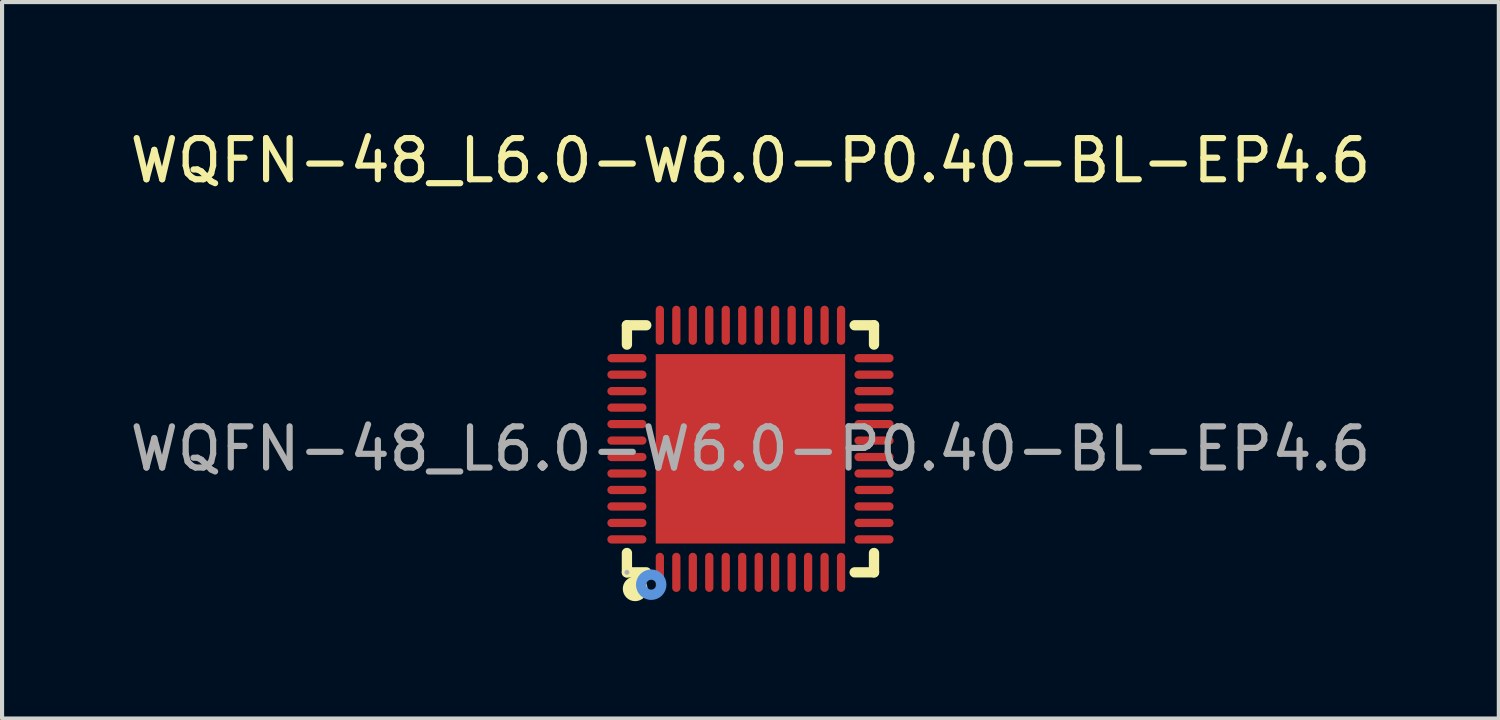
<source format=kicad_pcb>
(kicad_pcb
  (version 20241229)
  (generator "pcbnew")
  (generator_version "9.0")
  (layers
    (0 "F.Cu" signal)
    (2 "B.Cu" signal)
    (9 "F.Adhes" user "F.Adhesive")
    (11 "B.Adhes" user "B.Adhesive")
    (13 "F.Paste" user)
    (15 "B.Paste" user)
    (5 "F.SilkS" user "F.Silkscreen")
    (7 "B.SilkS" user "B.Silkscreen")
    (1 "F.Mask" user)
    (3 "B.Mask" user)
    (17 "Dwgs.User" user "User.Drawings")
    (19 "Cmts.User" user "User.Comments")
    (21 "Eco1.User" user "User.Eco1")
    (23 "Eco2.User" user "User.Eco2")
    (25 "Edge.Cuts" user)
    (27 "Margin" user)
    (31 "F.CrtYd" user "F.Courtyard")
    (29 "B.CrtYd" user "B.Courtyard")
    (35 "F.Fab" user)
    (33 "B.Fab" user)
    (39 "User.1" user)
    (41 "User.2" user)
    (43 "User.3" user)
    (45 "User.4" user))
  (footprint "WQFN-48_L6.0-W6.0-P0.40-BL-EP4.6"
    (layer "F.Cu")
    (at 15.173 7.848)
    (property "Reference" "WQFN-48_L6.0-W6.0-P0.40-BL-EP4.6" (at 0 -7 0) (layer "F.SilkS") (effects (font (size 1 1) (thickness 0.15))))
    (attr smd)
    (fp_line (start -3 -3) (end -2.53 -3) (stroke (width 0.25) (type solid)) (layer "F.SilkS"))
    (fp_line (start -3 -2.53) (end -3 -3) (stroke (width 0.25) (type solid)) (layer "F.SilkS"))
    (fp_line (start -3 3) (end -3 2.53) (stroke (width 0.25) (type solid)) (layer "F.SilkS"))
    (fp_line (start -2.53 3) (end -3 3) (stroke (width 0.25) (type solid)) (layer "F.SilkS"))
    (fp_line (start 2.53 -3) (end 3 -3) (stroke (width 0.25) (type solid)) (layer "F.SilkS"))
    (fp_line (start 3 -3) (end 3 -2.53) (stroke (width 0.25) (type solid)) (layer "F.SilkS"))
    (fp_line (start 3 2.53) (end 3 3) (stroke (width 0.25) (type solid)) (layer "F.SilkS"))
    (fp_line (start 3 3) (end 2.53 3) (stroke (width 0.25) (type solid)) (layer "F.SilkS"))
    (fp_arc (start -2.8 3.4) (mid -2.8 3.4) (end -2.8 3.4) (stroke (width 0.3) (type solid)) (layer "F.SilkS"))
    (fp_circle (center -2.41 3.3) (end -2.29 3.3) (stroke (width 0.25) (type solid)) (fill no) (layer "Cmts.User"))
    (fp_circle (center -3 3) (end -2.97 3) (stroke (width 0.06) (type solid)) (fill no) (layer "F.Fab"))
    (fp_text user "${REFERENCE}" (at 0 0 0) (layer "F.Fab") (effects (font (size 1 1) (thickness 0.15))))
    (pad "1" smd oval (at -2.2 3) (size 0.2 0.95) (layers "F.Cu" "F.Mask" "F.Paste"))
    (pad "2" smd oval (at -1.8 3) (size 0.2 0.95) (layers "F.Cu" "F.Mask" "F.Paste"))
    (pad "3" smd oval (at -1.4 3) (size 0.2 0.95) (layers "F.Cu" "F.Mask" "F.Paste"))
    (pad "4" smd oval (at -1 3) (size 0.2 0.95) (layers "F.Cu" "F.Mask" "F.Paste"))
    (pad "5" smd oval (at -0.6 3) (size 0.2 0.95) (layers "F.Cu" "F.Mask" "F.Paste"))
    (pad "6" smd oval (at -0.2 3) (size 0.2 0.95) (layers "F.Cu" "F.Mask" "F.Paste"))
    (pad "7" smd oval (at 0.2 3) (size 0.2 0.95) (layers "F.Cu" "F.Mask" "F.Paste"))
    (pad "8" smd oval (at 0.6 3) (size 0.2 0.95) (layers "F.Cu" "F.Mask" "F.Paste"))
    (pad "9" smd oval (at 1 3) (size 0.2 0.95) (layers "F.Cu" "F.Mask" "F.Paste"))
    (pad "10" smd oval (at 1.4 3) (size 0.2 0.95) (layers "F.Cu" "F.Mask" "F.Paste"))
    (pad "11" smd oval (at 1.8 3) (size 0.2 0.95) (layers "F.Cu" "F.Mask" "F.Paste"))
    (pad "12" smd oval (at 2.2 3) (size 0.2 0.95) (layers "F.Cu" "F.Mask" "F.Paste"))
    (pad "13" smd oval (at 3 2.2 90) (size 0.2 0.95) (layers "F.Cu" "F.Mask" "F.Paste"))
    (pad "14" smd oval (at 3 1.8 90) (size 0.2 0.95) (layers "F.Cu" "F.Mask" "F.Paste"))
    (pad "15" smd oval (at 3 1.4 90) (size 0.2 0.95) (layers "F.Cu" "F.Mask" "F.Paste"))
    (pad "16" smd oval (at 3 1 90) (size 0.2 0.95) (layers "F.Cu" "F.Mask" "F.Paste"))
    (pad "17" smd oval (at 3 0.6 90) (size 0.2 0.95) (layers "F.Cu" "F.Mask" "F.Paste"))
    (pad "18" smd oval (at 3 0.2 90) (size 0.2 0.95) (layers "F.Cu" "F.Mask" "F.Paste"))
    (pad "19" smd oval (at 3 -0.2 90) (size 0.2 0.95) (layers "F.Cu" "F.Mask" "F.Paste"))
    (pad "20" smd oval (at 3 -0.6 90) (size 0.2 0.95) (layers "F.Cu" "F.Mask" "F.Paste"))
    (pad "21" smd oval (at 3 -1 90) (size 0.2 0.95) (layers "F.Cu" "F.Mask" "F.Paste"))
    (pad "22" smd oval (at 3 -1.4 90) (size 0.2 0.95) (layers "F.Cu" "F.Mask" "F.Paste"))
    (pad "23" smd oval (at 3 -1.8 90) (size 0.2 0.95) (layers "F.Cu" "F.Mask" "F.Paste"))
    (pad "24" smd oval (at 3 -2.2 90) (size 0.2 0.95) (layers "F.Cu" "F.Mask" "F.Paste"))
    (pad "25" smd oval (at 2.2 -3 180) (size 0.2 0.95) (layers "F.Cu" "F.Mask" "F.Paste"))
    (pad "26" smd oval (at 1.8 -3 180) (size 0.2 0.95) (layers "F.Cu" "F.Mask" "F.Paste"))
    (pad "27" smd oval (at 1.4 -3 180) (size 0.2 0.95) (layers "F.Cu" "F.Mask" "F.Paste"))
    (pad "28" smd oval (at 1 -3 180) (size 0.2 0.95) (layers "F.Cu" "F.Mask" "F.Paste"))
    (pad "29" smd oval (at 0.6 -3 180) (size 0.2 0.95) (layers "F.Cu" "F.Mask" "F.Paste"))
    (pad "30" smd oval (at 0.2 -3 180) (size 0.2 0.95) (layers "F.Cu" "F.Mask" "F.Paste"))
    (pad "31" smd oval (at -0.2 -3 180) (size 0.2 0.95) (layers "F.Cu" "F.Mask" "F.Paste"))
    (pad "32" smd oval (at -0.6 -3 180) (size 0.2 0.95) (layers "F.Cu" "F.Mask" "F.Paste"))
    (pad "33" smd oval (at -1 -3 180) (size 0.2 0.95) (layers "F.Cu" "F.Mask" "F.Paste"))
    (pad "34" smd oval (at -1.4 -3 180) (size 0.2 0.95) (layers "F.Cu" "F.Mask" "F.Paste"))
    (pad "35" smd oval (at -1.8 -3 180) (size 0.2 0.95) (layers "F.Cu" "F.Mask" "F.Paste"))
    (pad "36" smd oval (at -2.2 -3 180) (size 0.2 0.95) (layers "F.Cu" "F.Mask" "F.Paste"))
    (pad "37" smd oval (at -3 -2.2 270) (size 0.2 0.95) (layers "F.Cu" "F.Mask" "F.Paste"))
    (pad "38" smd oval (at -3 -1.8 270) (size 0.2 0.95) (layers "F.Cu" "F.Mask" "F.Paste"))
    (pad "39" smd oval (at -3 -1.4 270) (size 0.2 0.95) (layers "F.Cu" "F.Mask" "F.Paste"))
    (pad "40" smd oval (at -3 -1 270) (size 0.2 0.95) (layers "F.Cu" "F.Mask" "F.Paste"))
    (pad "41" smd oval (at -3 -0.6 270) (size 0.2 0.95) (layers "F.Cu" "F.Mask" "F.Paste"))
    (pad "42" smd oval (at -3 -0.2 270) (size 0.2 0.95) (layers "F.Cu" "F.Mask" "F.Paste"))
    (pad "43" smd oval (at -3 0.2 270) (size 0.2 0.95) (layers "F.Cu" "F.Mask" "F.Paste"))
    (pad "44" smd oval (at -3 0.6 270) (size 0.2 0.95) (layers "F.Cu" "F.Mask" "F.Paste"))
    (pad "45" smd oval (at -3 1 270) (size 0.2 0.95) (layers "F.Cu" "F.Mask" "F.Paste"))
    (pad "46" smd oval (at -3 1.4 270) (size 0.2 0.95) (layers "F.Cu" "F.Mask" "F.Paste"))
    (pad "47" smd oval (at -3 1.8 270) (size 0.2 0.95) (layers "F.Cu" "F.Mask" "F.Paste"))
    (pad "48" smd oval (at -3 2.2 270) (size 0.2 0.95) (layers "F.Cu" "F.Mask" "F.Paste"))
    (pad "49" smd rect (at 0 0 180) (size 4.6 4.6) (layers "F.Cu" "F.Mask" "F.Paste")))
  (gr_rect
    (start -3 -3)
    (end 33.345 14.398)
    (stroke (width 0.1) (type default))
    (fill no)
    (layer "Edge.Cuts")))
</source>
